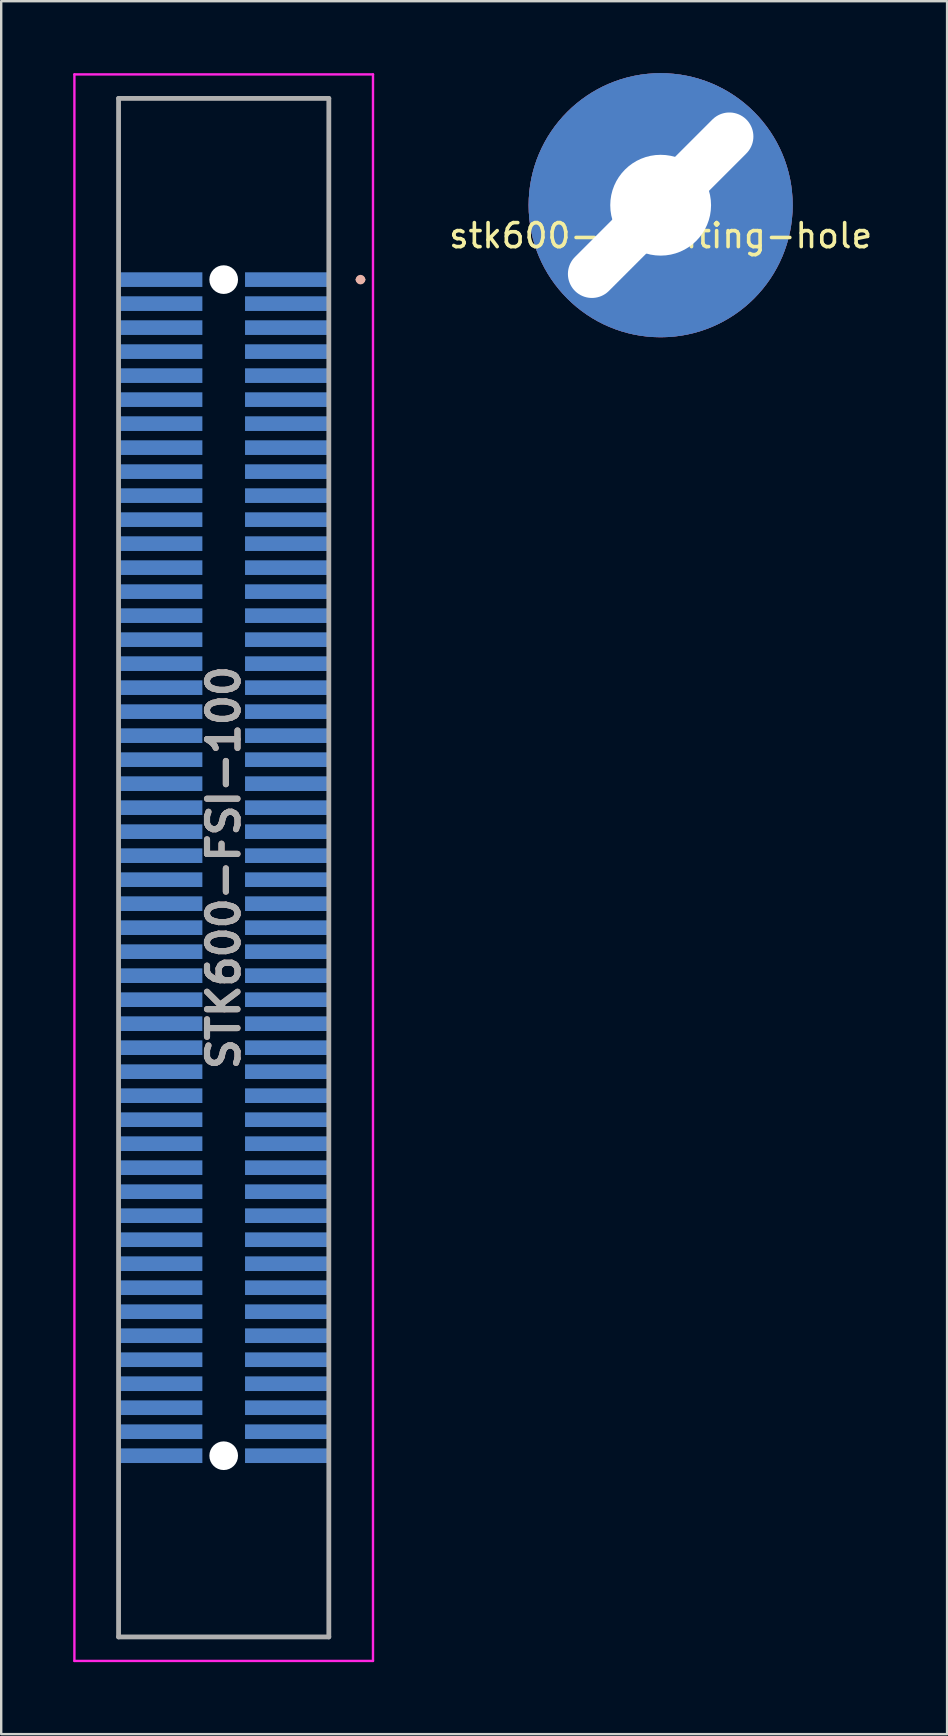
<source format=kicad_pcb>
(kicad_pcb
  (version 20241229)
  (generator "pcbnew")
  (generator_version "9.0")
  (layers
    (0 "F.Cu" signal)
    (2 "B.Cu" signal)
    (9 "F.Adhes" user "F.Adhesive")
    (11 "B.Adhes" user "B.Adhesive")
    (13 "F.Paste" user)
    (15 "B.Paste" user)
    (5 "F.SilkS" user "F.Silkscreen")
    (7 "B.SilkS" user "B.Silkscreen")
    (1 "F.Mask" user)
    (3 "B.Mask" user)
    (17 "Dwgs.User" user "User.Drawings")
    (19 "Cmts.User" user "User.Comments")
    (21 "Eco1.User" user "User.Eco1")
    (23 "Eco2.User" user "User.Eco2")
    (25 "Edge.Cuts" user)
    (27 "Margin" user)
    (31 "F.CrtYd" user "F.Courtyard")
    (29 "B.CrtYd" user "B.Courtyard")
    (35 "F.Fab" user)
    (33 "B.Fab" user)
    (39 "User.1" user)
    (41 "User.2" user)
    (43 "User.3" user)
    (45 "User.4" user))
  (footprint "stk600-mounting-hole"
    (layer "F.Cu")
    (at 24.475 5.5)
    (property "Reference" "stk600-mounting-hole" (at 0 1.27 0) (layer "F.SilkS") (effects (font (size 1 1) (thickness 0.15))))
    (attr exclude_from_pos_files exclude_from_bom)
    (pad "GND" thru_hole circle (at 0 0) (size 11 11) (drill 4.2) (layers "*.Cu" "*.Mask"))
    (pad "GND" thru_hole oval (at 0 0 315) (size 11 11) (drill oval 2 10.1) (layers "*.Cu" "*.Mask")))
  (footprint "STK600-FSI-100"
    (layer "F.Cu")
    (at 6.27 33.1)
    (property "Reference" "STK600-FSI-100" (at 0 0 270) (layer "B.SilkS") (effects (font (size 1.27 1.27) (thickness 0.254))))
    (attr through_hole)
    (fp_line (start -4.38 32) (end -4.38 32.05) (stroke (width 0.1) (type solid)) (layer "F.SilkS"))
    (fp_line (start 5.6 -24.5) (end 5.6 -24.5) (stroke (width 0.2) (type solid)) (layer "B.SilkS"))
    (fp_line (start 5.8 -24.5) (end 5.8 -24.5) (stroke (width 0.2) (type solid)) (layer "B.SilkS"))
    (fp_arc (start 5.6 -24.5) (mid 5.7 -24.6) (end 5.8 -24.5) (stroke (width 0.2) (type solid)) (layer "B.SilkS"))
    (fp_arc (start 5.8 -24.5) (mid 5.7 -24.4) (end 5.6 -24.5) (stroke (width 0.2) (type solid)) (layer "B.SilkS"))
    (fp_line (start -6.22 -33.05) (end 6.22 -33.05) (stroke (width 0.1) (type solid)) (layer "F.CrtYd"))
    (fp_line (start -6.22 33.05) (end -6.22 -33.05) (stroke (width 0.1) (type solid)) (layer "F.CrtYd"))
    (fp_line (start 6.22 -33.05) (end 6.22 33.05) (stroke (width 0.1) (type solid)) (layer "F.CrtYd"))
    (fp_line (start 6.22 33.05) (end -6.22 33.05) (stroke (width 0.1) (type solid)) (layer "F.CrtYd"))
    (fp_line (start -4.38 -32.05) (end 4.38 -32.05) (stroke (width 0.2) (type solid)) (layer "F.Fab"))
    (fp_line (start -4.38 32.05) (end -4.38 -32.05) (stroke (width 0.2) (type solid)) (layer "F.Fab"))
    (fp_line (start 4.38 -32.05) (end 4.38 32.05) (stroke (width 0.2) (type solid)) (layer "F.Fab"))
    (fp_line (start 4.38 32.05) (end -4.38 32.05) (stroke (width 0.2) (type solid)) (layer "F.Fab"))
    (fp_text user "${REFERENCE}" (at 0 0 270) (layer "F.Fab") (effects (font (size 1.27 1.27) (thickness 0.254))))
    (pad "" np_thru_hole circle (at 0 -24.5 270) (size 1.194 1.194) (drill 1.194) (layers "*.Cu" "*.Mask"))
    (pad "" np_thru_hole circle (at 0 24.5 270) (size 1.194 1.194) (drill 1.194) (layers "*.Cu" "*.Mask"))
    (pad "1" smd rect (at 2.665 -24.5 270) (size 0.61 3.553) (layers "B.Cu" "B.Mask" "B.Paste"))
    (pad "2" smd rect (at -2.665 -24.5 270) (size 0.61 3.553) (layers "B.Cu" "B.Mask" "B.Paste"))
    (pad "3" smd rect (at 2.665 -23.5 270) (size 0.61 3.553) (layers "B.Cu" "B.Mask" "B.Paste"))
    (pad "4" smd rect (at -2.665 -23.5 270) (size 0.61 3.553) (layers "B.Cu" "B.Mask" "B.Paste"))
    (pad "5" smd rect (at 2.665 -22.5 270) (size 0.61 3.553) (layers "B.Cu" "B.Mask" "B.Paste"))
    (pad "6" smd rect (at -2.665 -22.5 270) (size 0.61 3.553) (layers "B.Cu" "B.Mask" "B.Paste"))
    (pad "7" smd rect (at 2.665 -21.5 270) (size 0.61 3.553) (layers "B.Cu" "B.Mask" "B.Paste"))
    (pad "8" smd rect (at -2.665 -21.5 270) (size 0.61 3.553) (layers "B.Cu" "B.Mask" "B.Paste"))
    (pad "9" smd rect (at 2.665 -20.5 270) (size 0.61 3.553) (layers "B.Cu" "B.Mask" "B.Paste"))
    (pad "10" smd rect (at -2.665 -20.5 270) (size 0.61 3.553) (layers "B.Cu" "B.Mask" "B.Paste"))
    (pad "11" smd rect (at 2.665 -19.5 270) (size 0.61 3.553) (layers "B.Cu" "B.Mask" "B.Paste"))
    (pad "12" smd rect (at -2.665 -19.5 270) (size 0.61 3.553) (layers "B.Cu" "B.Mask" "B.Paste"))
    (pad "13" smd rect (at 2.665 -18.5 270) (size 0.61 3.553) (layers "B.Cu" "B.Mask" "B.Paste"))
    (pad "14" smd rect (at -2.665 -18.5 270) (size 0.61 3.553) (layers "B.Cu" "B.Mask" "B.Paste"))
    (pad "15" smd rect (at 2.665 -17.5 270) (size 0.61 3.553) (layers "B.Cu" "B.Mask" "B.Paste"))
    (pad "16" smd rect (at -2.665 -17.5 270) (size 0.61 3.553) (layers "B.Cu" "B.Mask" "B.Paste"))
    (pad "17" smd rect (at 2.665 -16.5 270) (size 0.61 3.553) (layers "B.Cu" "B.Mask" "B.Paste"))
    (pad "18" smd rect (at -2.665 -16.5 270) (size 0.61 3.553) (layers "B.Cu" "B.Mask" "B.Paste"))
    (pad "19" smd rect (at 2.665 -15.5 270) (size 0.61 3.553) (layers "B.Cu" "B.Mask" "B.Paste"))
    (pad "20" smd rect (at -2.665 -15.5 270) (size 0.61 3.553) (layers "B.Cu" "B.Mask" "B.Paste"))
    (pad "21" smd rect (at 2.665 -14.5 270) (size 0.61 3.553) (layers "B.Cu" "B.Mask" "B.Paste"))
    (pad "22" smd rect (at -2.665 -14.5 270) (size 0.61 3.553) (layers "B.Cu" "B.Mask" "B.Paste"))
    (pad "23" smd rect (at 2.665 -13.5 270) (size 0.61 3.553) (layers "B.Cu" "B.Mask" "B.Paste"))
    (pad "24" smd rect (at -2.665 -13.5 270) (size 0.61 3.553) (layers "B.Cu" "B.Mask" "B.Paste"))
    (pad "25" smd rect (at 2.665 -12.5 270) (size 0.61 3.553) (layers "B.Cu" "B.Mask" "B.Paste"))
    (pad "26" smd rect (at -2.665 -12.5 270) (size 0.61 3.553) (layers "B.Cu" "B.Mask" "B.Paste"))
    (pad "27" smd rect (at 2.665 -11.5 270) (size 0.61 3.553) (layers "B.Cu" "B.Mask" "B.Paste"))
    (pad "28" smd rect (at -2.665 -11.5 270) (size 0.61 3.553) (layers "B.Cu" "B.Mask" "B.Paste"))
    (pad "29" smd rect (at 2.665 -10.5 270) (size 0.61 3.553) (layers "B.Cu" "B.Mask" "B.Paste"))
    (pad "30" smd rect (at -2.665 -10.5 270) (size 0.61 3.553) (layers "B.Cu" "B.Mask" "B.Paste"))
    (pad "31" smd rect (at 2.665 -9.5 270) (size 0.61 3.553) (layers "B.Cu" "B.Mask" "B.Paste"))
    (pad "32" smd rect (at -2.665 -9.5 270) (size 0.61 3.553) (layers "B.Cu" "B.Mask" "B.Paste"))
    (pad "33" smd rect (at 2.665 -8.5 270) (size 0.61 3.553) (layers "B.Cu" "B.Mask" "B.Paste"))
    (pad "34" smd rect (at -2.665 -8.5 270) (size 0.61 3.553) (layers "B.Cu" "B.Mask" "B.Paste"))
    (pad "35" smd rect (at 2.665 -7.5 270) (size 0.61 3.553) (layers "B.Cu" "B.Mask" "B.Paste"))
    (pad "36" smd rect (at -2.665 -7.5 270) (size 0.61 3.553) (layers "B.Cu" "B.Mask" "B.Paste"))
    (pad "37" smd rect (at 2.665 -6.5 270) (size 0.61 3.553) (layers "B.Cu" "B.Mask" "B.Paste"))
    (pad "38" smd rect (at -2.665 -6.5 270) (size 0.61 3.553) (layers "B.Cu" "B.Mask" "B.Paste"))
    (pad "39" smd rect (at 2.665 -5.5 270) (size 0.61 3.553) (layers "B.Cu" "B.Mask" "B.Paste"))
    (pad "40" smd rect (at -2.665 -5.5 270) (size 0.61 3.553) (layers "B.Cu" "B.Mask" "B.Paste"))
    (pad "41" smd rect (at 2.665 -4.5 270) (size 0.61 3.553) (layers "B.Cu" "B.Mask" "B.Paste"))
    (pad "42" smd rect (at -2.665 -4.5 270) (size 0.61 3.553) (layers "B.Cu" "B.Mask" "B.Paste"))
    (pad "43" smd rect (at 2.665 -3.5 270) (size 0.61 3.553) (layers "B.Cu" "B.Mask" "B.Paste"))
    (pad "44" smd rect (at -2.665 -3.5 270) (size 0.61 3.553) (layers "B.Cu" "B.Mask" "B.Paste"))
    (pad "45" smd rect (at 2.665 -2.5 270) (size 0.61 3.553) (layers "B.Cu" "B.Mask" "B.Paste"))
    (pad "46" smd rect (at -2.665 -2.5 270) (size 0.61 3.553) (layers "B.Cu" "B.Mask" "B.Paste"))
    (pad "47" smd rect (at 2.665 -1.5 270) (size 0.61 3.553) (layers "B.Cu" "B.Mask" "B.Paste"))
    (pad "48" smd rect (at -2.665 -1.5 270) (size 0.61 3.553) (layers "B.Cu" "B.Mask" "B.Paste"))
    (pad "49" smd rect (at 2.665 -0.5 270) (size 0.61 3.553) (layers "B.Cu" "B.Mask" "B.Paste"))
    (pad "50" smd rect (at -2.665 -0.5 270) (size 0.61 3.553) (layers "B.Cu" "B.Mask" "B.Paste"))
    (pad "51" smd rect (at 2.665 0.5 270) (size 0.61 3.553) (layers "B.Cu" "B.Mask" "B.Paste"))
    (pad "52" smd rect (at -2.665 0.5 270) (size 0.61 3.553) (layers "B.Cu" "B.Mask" "B.Paste"))
    (pad "53" smd rect (at 2.665 1.5 270) (size 0.61 3.553) (layers "B.Cu" "B.Mask" "B.Paste"))
    (pad "54" smd rect (at -2.665 1.5 270) (size 0.61 3.553) (layers "B.Cu" "B.Mask" "B.Paste"))
    (pad "55" smd rect (at 2.665 2.5 270) (size 0.61 3.553) (layers "B.Cu" "B.Mask" "B.Paste"))
    (pad "56" smd rect (at -2.665 2.5 270) (size 0.61 3.553) (layers "B.Cu" "B.Mask" "B.Paste"))
    (pad "57" smd rect (at 2.665 3.5 270) (size 0.61 3.553) (layers "B.Cu" "B.Mask" "B.Paste"))
    (pad "58" smd rect (at -2.665 3.5 270) (size 0.61 3.553) (layers "B.Cu" "B.Mask" "B.Paste"))
    (pad "59" smd rect (at 2.665 4.5 270) (size 0.61 3.553) (layers "B.Cu" "B.Mask" "B.Paste"))
    (pad "60" smd rect (at -2.665 4.5 270) (size 0.61 3.553) (layers "B.Cu" "B.Mask" "B.Paste"))
    (pad "61" smd rect (at 2.665 5.5 270) (size 0.61 3.553) (layers "B.Cu" "B.Mask" "B.Paste"))
    (pad "62" smd rect (at -2.665 5.5 270) (size 0.61 3.553) (layers "B.Cu" "B.Mask" "B.Paste"))
    (pad "63" smd rect (at 2.665 6.5 270) (size 0.61 3.553) (layers "B.Cu" "B.Mask" "B.Paste"))
    (pad "64" smd rect (at -2.665 6.5 270) (size 0.61 3.553) (layers "B.Cu" "B.Mask" "B.Paste"))
    (pad "65" smd rect (at 2.665 7.5 270) (size 0.61 3.553) (layers "B.Cu" "B.Mask" "B.Paste"))
    (pad "66" smd rect (at -2.665 7.5 270) (size 0.61 3.553) (layers "B.Cu" "B.Mask" "B.Paste"))
    (pad "67" smd rect (at 2.665 8.5 270) (size 0.61 3.553) (layers "B.Cu" "B.Mask" "B.Paste"))
    (pad "68" smd rect (at -2.665 8.5 270) (size 0.61 3.553) (layers "B.Cu" "B.Mask" "B.Paste"))
    (pad "69" smd rect (at 2.665 9.5 270) (size 0.61 3.553) (layers "B.Cu" "B.Mask" "B.Paste"))
    (pad "70" smd rect (at -2.665 9.5 270) (size 0.61 3.553) (layers "B.Cu" "B.Mask" "B.Paste"))
    (pad "71" smd rect (at 2.665 10.5 270) (size 0.61 3.553) (layers "B.Cu" "B.Mask" "B.Paste"))
    (pad "72" smd rect (at -2.665 10.5 270) (size 0.61 3.553) (layers "B.Cu" "B.Mask" "B.Paste"))
    (pad "73" smd rect (at 2.665 11.5 270) (size 0.61 3.553) (layers "B.Cu" "B.Mask" "B.Paste"))
    (pad "74" smd rect (at -2.665 11.5 270) (size 0.61 3.553) (layers "B.Cu" "B.Mask" "B.Paste"))
    (pad "75" smd rect (at 2.665 12.5 270) (size 0.61 3.553) (layers "B.Cu" "B.Mask" "B.Paste"))
    (pad "76" smd rect (at -2.665 12.5 270) (size 0.61 3.553) (layers "B.Cu" "B.Mask" "B.Paste"))
    (pad "77" smd rect (at 2.665 13.5 270) (size 0.61 3.553) (layers "B.Cu" "B.Mask" "B.Paste"))
    (pad "78" smd rect (at -2.665 13.5 270) (size 0.61 3.553) (layers "B.Cu" "B.Mask" "B.Paste"))
    (pad "79" smd rect (at 2.665 14.5 270) (size 0.61 3.553) (layers "B.Cu" "B.Mask" "B.Paste"))
    (pad "80" smd rect (at -2.665 14.5 270) (size 0.61 3.553) (layers "B.Cu" "B.Mask" "B.Paste"))
    (pad "81" smd rect (at 2.665 15.5 270) (size 0.61 3.553) (layers "B.Cu" "B.Mask" "B.Paste"))
    (pad "82" smd rect (at -2.665 15.5 270) (size 0.61 3.553) (layers "B.Cu" "B.Mask" "B.Paste"))
    (pad "83" smd rect (at 2.665 16.5 270) (size 0.61 3.553) (layers "B.Cu" "B.Mask" "B.Paste"))
    (pad "84" smd rect (at -2.665 16.5 270) (size 0.61 3.553) (layers "B.Cu" "B.Mask" "B.Paste"))
    (pad "85" smd rect (at 2.665 17.5 270) (size 0.61 3.553) (layers "B.Cu" "B.Mask" "B.Paste"))
    (pad "86" smd rect (at -2.665 17.5 270) (size 0.61 3.553) (layers "B.Cu" "B.Mask" "B.Paste"))
    (pad "87" smd rect (at 2.665 18.5 270) (size 0.61 3.553) (layers "B.Cu" "B.Mask" "B.Paste"))
    (pad "88" smd rect (at -2.665 18.5 270) (size 0.61 3.553) (layers "B.Cu" "B.Mask" "B.Paste"))
    (pad "89" smd rect (at 2.665 19.5 270) (size 0.61 3.553) (layers "B.Cu" "B.Mask" "B.Paste"))
    (pad "90" smd rect (at -2.665 19.5 270) (size 0.61 3.553) (layers "B.Cu" "B.Mask" "B.Paste"))
    (pad "91" smd rect (at 2.665 20.5 270) (size 0.61 3.553) (layers "B.Cu" "B.Mask" "B.Paste"))
    (pad "92" smd rect (at -2.665 20.5 270) (size 0.61 3.553) (layers "B.Cu" "B.Mask" "B.Paste"))
    (pad "93" smd rect (at 2.665 21.5 270) (size 0.61 3.553) (layers "B.Cu" "B.Mask" "B.Paste"))
    (pad "94" smd rect (at -2.665 21.5 270) (size 0.61 3.553) (layers "B.Cu" "B.Mask" "B.Paste"))
    (pad "95" smd rect (at 2.665 22.5 270) (size 0.61 3.553) (layers "B.Cu" "B.Mask" "B.Paste"))
    (pad "96" smd rect (at -2.665 22.5 270) (size 0.61 3.553) (layers "B.Cu" "B.Mask" "B.Paste"))
    (pad "97" smd rect (at 2.665 23.5 270) (size 0.61 3.553) (layers "B.Cu" "B.Mask" "B.Paste"))
    (pad "98" smd rect (at -2.665 23.5 270) (size 0.61 3.553) (layers "B.Cu" "B.Mask" "B.Paste"))
    (pad "99" smd rect (at 2.665 24.5 270) (size 0.61 3.553) (layers "B.Cu" "B.Mask" "B.Paste"))
    (pad "100" smd rect (at -2.665 24.5 270) (size 0.61 3.553) (layers "B.Cu" "B.Mask" "B.Paste")))
  (gr_rect
    (start -3 -3)
    (end 36.409 69.2)
    (stroke (width 0.1) (type default))
    (fill no)
    (layer "Edge.Cuts")))
</source>
